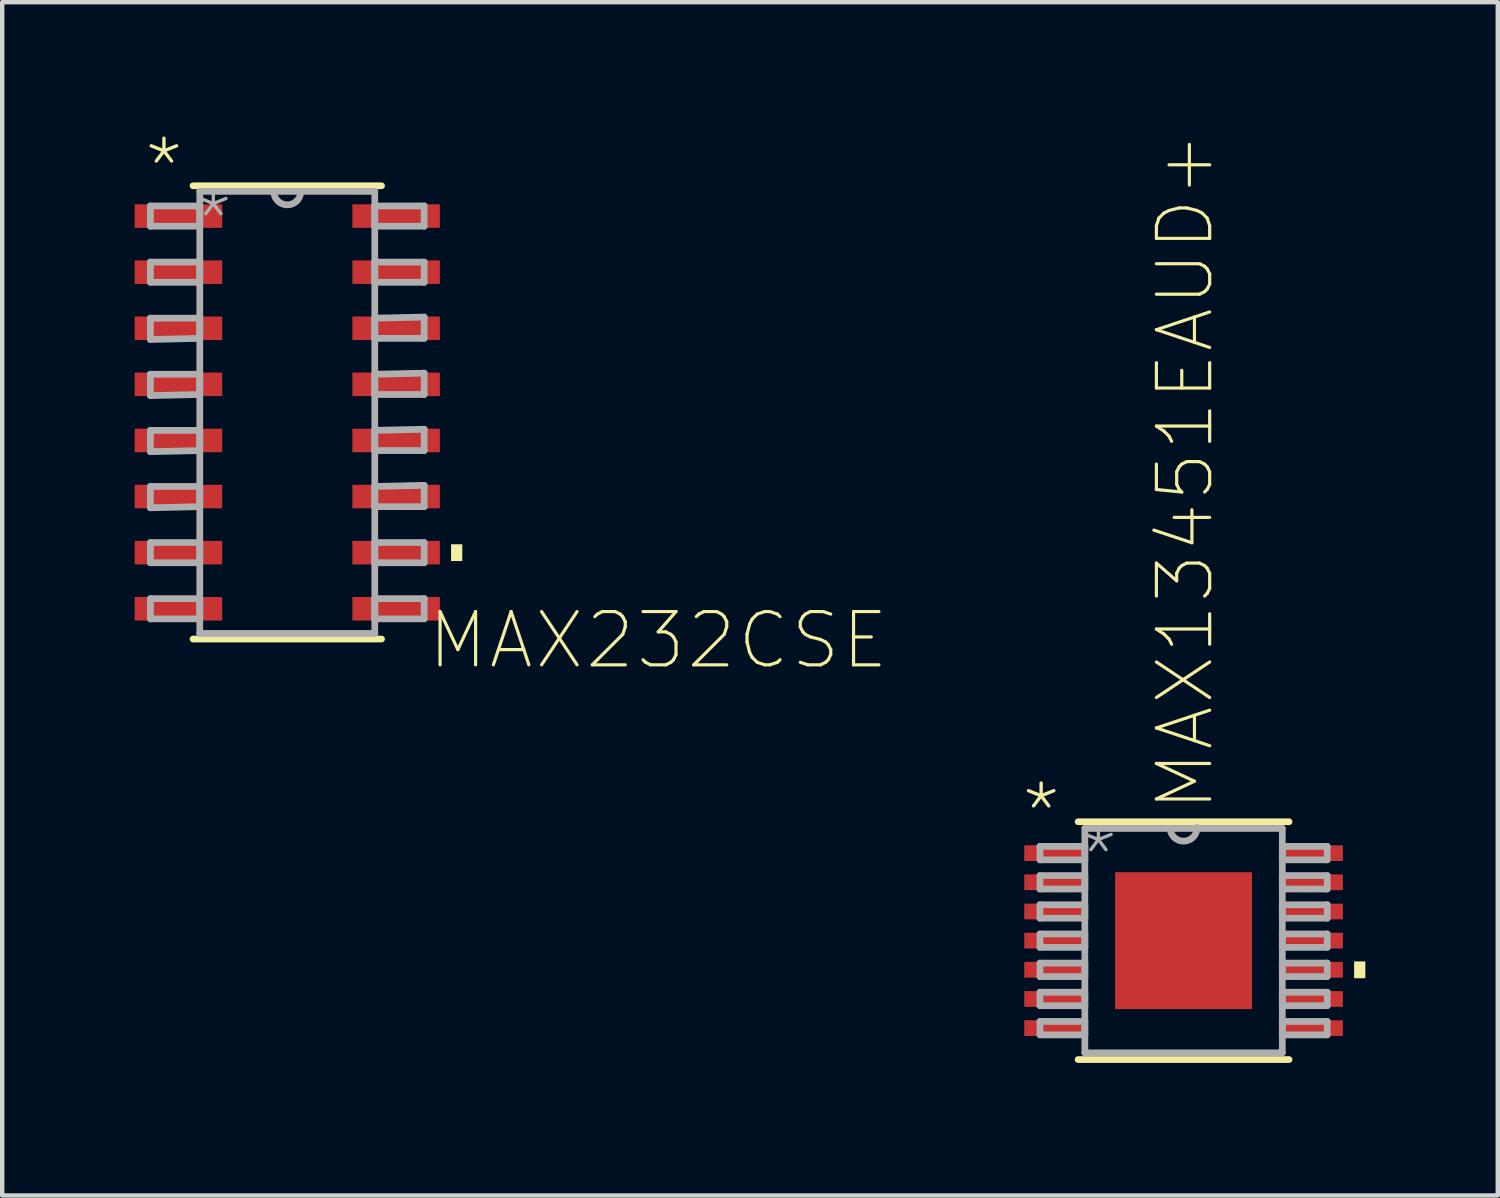
<source format=kicad_pcb>
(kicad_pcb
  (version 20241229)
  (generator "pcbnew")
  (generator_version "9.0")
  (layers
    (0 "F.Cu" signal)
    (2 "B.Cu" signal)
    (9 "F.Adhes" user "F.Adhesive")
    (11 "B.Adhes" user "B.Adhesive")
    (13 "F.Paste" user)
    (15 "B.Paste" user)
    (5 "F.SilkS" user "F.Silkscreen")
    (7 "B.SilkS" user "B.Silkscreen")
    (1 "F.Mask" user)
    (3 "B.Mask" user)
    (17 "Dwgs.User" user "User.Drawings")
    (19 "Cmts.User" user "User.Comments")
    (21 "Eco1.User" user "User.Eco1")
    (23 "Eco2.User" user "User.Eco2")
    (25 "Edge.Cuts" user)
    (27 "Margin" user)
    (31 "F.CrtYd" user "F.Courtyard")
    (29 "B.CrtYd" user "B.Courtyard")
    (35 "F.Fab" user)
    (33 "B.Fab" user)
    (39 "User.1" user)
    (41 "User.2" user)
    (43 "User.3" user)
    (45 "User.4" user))
  (footprint "MAX232CSE"
    (layer "F.Cu")
    (at 3.454 6.287)
    (property "Reference" "MAX232CSE" (at 3.125 5.866 0) (layer "F.SilkS") (effects (font (size 1.206 1.206) (thickness 0.072)) (justify left bottom)))
    (attr through_hole)
    (fp_line (start -2.134 5.131) (end 2.134 5.131) (stroke (width 0.152) (type solid)) (layer "F.SilkS"))
    (fp_line (start 2.134 -5.131) (end -2.134 -5.131) (stroke (width 0.152) (type solid)) (layer "F.SilkS"))
    (fp_poly (pts (xy 3.962 2.985) (xy 3.962 3.365) (xy 3.708 3.365) (xy 3.708 2.985)) (stroke (width 0) (type solid)) (fill yes) (layer "F.SilkS"))
    (fp_line (start -3.099 -4.674) (end -3.099 -4.216) (stroke (width 0.152) (type solid)) (layer "F.Fab"))
    (fp_line (start -3.099 -4.216) (end -1.981 -4.216) (stroke (width 0.152) (type solid)) (layer "F.Fab"))
    (fp_line (start -3.099 -3.404) (end -3.099 -2.946) (stroke (width 0.152) (type solid)) (layer "F.Fab"))
    (fp_line (start -3.099 -2.946) (end -1.981 -2.946) (stroke (width 0.152) (type solid)) (layer "F.Fab"))
    (fp_line (start -3.099 -2.134) (end -3.099 -1.651) (stroke (width 0.152) (type solid)) (layer "F.Fab"))
    (fp_line (start -3.099 -1.651) (end -1.981 -1.676) (stroke (width 0.152) (type solid)) (layer "F.Fab"))
    (fp_line (start -3.099 -0.864) (end -3.099 -0.381) (stroke (width 0.152) (type solid)) (layer "F.Fab"))
    (fp_line (start -3.099 -0.381) (end -1.981 -0.406) (stroke (width 0.152) (type solid)) (layer "F.Fab"))
    (fp_line (start -3.099 0.406) (end -3.099 0.889) (stroke (width 0.152) (type solid)) (layer "F.Fab"))
    (fp_line (start -3.099 0.889) (end -1.981 0.864) (stroke (width 0.152) (type solid)) (layer "F.Fab"))
    (fp_line (start -3.099 1.676) (end -3.099 2.159) (stroke (width 0.152) (type solid)) (layer "F.Fab"))
    (fp_line (start -3.099 2.159) (end -1.981 2.134) (stroke (width 0.152) (type solid)) (layer "F.Fab"))
    (fp_line (start -3.099 2.946) (end -3.099 3.404) (stroke (width 0.152) (type solid)) (layer "F.Fab"))
    (fp_line (start -3.099 3.404) (end -1.981 3.404) (stroke (width 0.152) (type solid)) (layer "F.Fab"))
    (fp_line (start -3.099 4.216) (end -3.099 4.674) (stroke (width 0.152) (type solid)) (layer "F.Fab"))
    (fp_line (start -3.099 4.674) (end -1.981 4.674) (stroke (width 0.152) (type solid)) (layer "F.Fab"))
    (fp_line (start -1.981 -5.004) (end -1.981 5.004) (stroke (width 0.152) (type solid)) (layer "F.Fab"))
    (fp_line (start -1.981 -4.674) (end -3.099 -4.674) (stroke (width 0.152) (type solid)) (layer "F.Fab"))
    (fp_line (start -1.981 -4.216) (end -1.981 -4.674) (stroke (width 0.152) (type solid)) (layer "F.Fab"))
    (fp_line (start -1.981 -3.404) (end -3.099 -3.404) (stroke (width 0.152) (type solid)) (layer "F.Fab"))
    (fp_line (start -1.981 -2.946) (end -1.981 -3.404) (stroke (width 0.152) (type solid)) (layer "F.Fab"))
    (fp_line (start -1.981 -2.134) (end -3.099 -2.134) (stroke (width 0.152) (type solid)) (layer "F.Fab"))
    (fp_line (start -1.981 -1.676) (end -1.981 -2.134) (stroke (width 0.152) (type solid)) (layer "F.Fab"))
    (fp_line (start -1.981 -0.864) (end -3.099 -0.864) (stroke (width 0.152) (type solid)) (layer "F.Fab"))
    (fp_line (start -1.981 -0.406) (end -1.981 -0.864) (stroke (width 0.152) (type solid)) (layer "F.Fab"))
    (fp_line (start -1.981 0.406) (end -3.099 0.406) (stroke (width 0.152) (type solid)) (layer "F.Fab"))
    (fp_line (start -1.981 0.864) (end -1.981 0.406) (stroke (width 0.152) (type solid)) (layer "F.Fab"))
    (fp_line (start -1.981 1.676) (end -3.099 1.676) (stroke (width 0.152) (type solid)) (layer "F.Fab"))
    (fp_line (start -1.981 2.134) (end -1.981 1.676) (stroke (width 0.152) (type solid)) (layer "F.Fab"))
    (fp_line (start -1.981 2.946) (end -3.099 2.946) (stroke (width 0.152) (type solid)) (layer "F.Fab"))
    (fp_line (start -1.981 3.404) (end -1.981 2.946) (stroke (width 0.152) (type solid)) (layer "F.Fab"))
    (fp_line (start -1.981 4.216) (end -3.099 4.216) (stroke (width 0.152) (type solid)) (layer "F.Fab"))
    (fp_line (start -1.981 4.674) (end -1.981 4.216) (stroke (width 0.152) (type solid)) (layer "F.Fab"))
    (fp_line (start -1.981 5.004) (end 1.981 5.004) (stroke (width 0.152) (type solid)) (layer "F.Fab"))
    (fp_line (start -0.305 -5.004) (end -1.981 -5.004) (stroke (width 0.152) (type solid)) (layer "F.Fab"))
    (fp_line (start 0.305 -5.004) (end -0.305 -5.004) (stroke (width 0.152) (type solid)) (layer "F.Fab"))
    (fp_line (start 1.981 -5.004) (end 0.305 -5.004) (stroke (width 0.152) (type solid)) (layer "F.Fab"))
    (fp_line (start 1.981 -4.674) (end 1.981 -4.216) (stroke (width 0.152) (type solid)) (layer "F.Fab"))
    (fp_line (start 1.981 -4.216) (end 3.099 -4.216) (stroke (width 0.152) (type solid)) (layer "F.Fab"))
    (fp_line (start 1.981 -3.404) (end 1.981 -2.946) (stroke (width 0.152) (type solid)) (layer "F.Fab"))
    (fp_line (start 1.981 -2.946) (end 3.099 -2.946) (stroke (width 0.152) (type solid)) (layer "F.Fab"))
    (fp_line (start 1.981 -2.134) (end 1.981 -1.676) (stroke (width 0.152) (type solid)) (layer "F.Fab"))
    (fp_line (start 1.981 -1.676) (end 3.099 -1.676) (stroke (width 0.152) (type solid)) (layer "F.Fab"))
    (fp_line (start 1.981 -0.864) (end 1.981 -0.406) (stroke (width 0.152) (type solid)) (layer "F.Fab"))
    (fp_line (start 1.981 -0.406) (end 3.099 -0.406) (stroke (width 0.152) (type solid)) (layer "F.Fab"))
    (fp_line (start 1.981 0.406) (end 1.981 0.864) (stroke (width 0.152) (type solid)) (layer "F.Fab"))
    (fp_line (start 1.981 0.864) (end 3.099 0.864) (stroke (width 0.152) (type solid)) (layer "F.Fab"))
    (fp_line (start 1.981 1.676) (end 1.981 2.134) (stroke (width 0.152) (type solid)) (layer "F.Fab"))
    (fp_line (start 1.981 2.134) (end 3.099 2.134) (stroke (width 0.152) (type solid)) (layer "F.Fab"))
    (fp_line (start 1.981 2.946) (end 1.981 3.404) (stroke (width 0.152) (type solid)) (layer "F.Fab"))
    (fp_line (start 1.981 3.404) (end 3.099 3.404) (stroke (width 0.152) (type solid)) (layer "F.Fab"))
    (fp_line (start 1.981 4.216) (end 1.981 4.674) (stroke (width 0.152) (type solid)) (layer "F.Fab"))
    (fp_line (start 1.981 4.674) (end 3.099 4.674) (stroke (width 0.152) (type solid)) (layer "F.Fab"))
    (fp_line (start 1.981 5.004) (end 1.981 -5.004) (stroke (width 0.152) (type solid)) (layer "F.Fab"))
    (fp_line (start 3.099 -4.674) (end 1.981 -4.674) (stroke (width 0.152) (type solid)) (layer "F.Fab"))
    (fp_line (start 3.099 -4.216) (end 3.099 -4.674) (stroke (width 0.152) (type solid)) (layer "F.Fab"))
    (fp_line (start 3.099 -3.404) (end 1.981 -3.404) (stroke (width 0.152) (type solid)) (layer "F.Fab"))
    (fp_line (start 3.099 -2.946) (end 3.099 -3.404) (stroke (width 0.152) (type solid)) (layer "F.Fab"))
    (fp_line (start 3.099 -2.159) (end 1.981 -2.134) (stroke (width 0.152) (type solid)) (layer "F.Fab"))
    (fp_line (start 3.099 -1.676) (end 3.099 -2.159) (stroke (width 0.152) (type solid)) (layer "F.Fab"))
    (fp_line (start 3.099 -0.889) (end 1.981 -0.864) (stroke (width 0.152) (type solid)) (layer "F.Fab"))
    (fp_line (start 3.099 -0.406) (end 3.099 -0.889) (stroke (width 0.152) (type solid)) (layer "F.Fab"))
    (fp_line (start 3.099 0.381) (end 1.981 0.406) (stroke (width 0.152) (type solid)) (layer "F.Fab"))
    (fp_line (start 3.099 0.864) (end 3.099 0.381) (stroke (width 0.152) (type solid)) (layer "F.Fab"))
    (fp_line (start 3.099 1.651) (end 1.981 1.676) (stroke (width 0.152) (type solid)) (layer "F.Fab"))
    (fp_line (start 3.099 2.134) (end 3.099 1.651) (stroke (width 0.152) (type solid)) (layer "F.Fab"))
    (fp_line (start 3.099 2.946) (end 1.981 2.946) (stroke (width 0.152) (type solid)) (layer "F.Fab"))
    (fp_line (start 3.099 3.404) (end 3.099 2.946) (stroke (width 0.152) (type solid)) (layer "F.Fab"))
    (fp_line (start 3.099 4.216) (end 1.981 4.216) (stroke (width 0.152) (type solid)) (layer "F.Fab"))
    (fp_line (start 3.099 4.674) (end 3.099 4.216) (stroke (width 0.152) (type solid)) (layer "F.Fab"))
    (fp_arc (start 0.3048 -5.0038) (mid 0 -4.699) (end -0.3048 -5.0038) (stroke (width 0.1524) (type solid)) (layer "F.Fab"))
    (fp_text user "*" (at -3.302 -4.851 0) (layer "F.SilkS") (effects (font (size 1.206 1.206) (thickness 0.076)) (justify left bottom)))
    (fp_text user "*" (at -2.184 -3.658 0) (layer "F.Fab") (effects (font (size 1.206 1.206) (thickness 0.076)) (justify left bottom)))
    (pad "1" smd rect (at -2.464 -4.445) (size 1.981 0.533) (layers "F.Cu" "F.Mask" "F.Paste"))
    (pad "2" smd rect (at -2.464 -3.175) (size 1.981 0.533) (layers "F.Cu" "F.Mask" "F.Paste"))
    (pad "3" smd rect (at -2.464 -1.905) (size 1.981 0.533) (layers "F.Cu" "F.Mask" "F.Paste"))
    (pad "4" smd rect (at -2.464 -0.635) (size 1.981 0.533) (layers "F.Cu" "F.Mask" "F.Paste"))
    (pad "5" smd rect (at -2.464 0.635) (size 1.981 0.533) (layers "F.Cu" "F.Mask" "F.Paste"))
    (pad "6" smd rect (at -2.464 1.905) (size 1.981 0.533) (layers "F.Cu" "F.Mask" "F.Paste"))
    (pad "7" smd rect (at -2.464 3.175) (size 1.981 0.533) (layers "F.Cu" "F.Mask" "F.Paste"))
    (pad "8" smd rect (at -2.464 4.445) (size 1.981 0.533) (layers "F.Cu" "F.Mask" "F.Paste"))
    (pad "9" smd rect (at 2.464 4.445) (size 1.981 0.533) (layers "F.Cu" "F.Mask" "F.Paste"))
    (pad "10" smd rect (at 2.464 3.175) (size 1.981 0.533) (layers "F.Cu" "F.Mask" "F.Paste"))
    (pad "11" smd rect (at 2.464 1.905) (size 1.981 0.533) (layers "F.Cu" "F.Mask" "F.Paste"))
    (pad "12" smd rect (at 2.464 0.635) (size 1.981 0.533) (layers "F.Cu" "F.Mask" "F.Paste"))
    (pad "13" smd rect (at 2.464 -0.635) (size 1.981 0.533) (layers "F.Cu" "F.Mask" "F.Paste"))
    (pad "14" smd rect (at 2.464 -1.905) (size 1.981 0.533) (layers "F.Cu" "F.Mask" "F.Paste"))
    (pad "15" smd rect (at 2.464 -3.175) (size 1.981 0.533) (layers "F.Cu" "F.Mask" "F.Paste"))
    (pad "16" smd rect (at 2.464 -4.445) (size 1.981 0.533) (layers "F.Cu" "F.Mask" "F.Paste")))
  (footprint "MAX13451EAUD+"
    (layer "F.Cu")
    (at 23.746 18.246)
    (property "Reference" "MAX13451EAUD+" (at 0.742 -2.873 90) (layer "F.SilkS") (effects (font (size 1.206 1.206) (thickness 0.072)) (justify left bottom)))
    (attr through_hole)
    (fp_line (start -2.388 2.692) (end 2.388 2.692) (stroke (width 0.152) (type solid)) (layer "F.SilkS"))
    (fp_line (start 2.388 -2.692) (end -2.388 -2.692) (stroke (width 0.152) (type solid)) (layer "F.SilkS"))
    (fp_poly (pts (xy 4.115 0.47) (xy 4.115 0.851) (xy 3.861 0.851) (xy 3.861 0.47)) (stroke (width 0) (type solid)) (fill yes) (layer "F.SilkS"))
    (fp_poly (pts (xy -1.449 -1.449) (xy -1.449 -0.1) (xy -0.1 -0.1) (xy -0.1 -1.449)) (stroke (width 0) (type solid)) (fill yes) (layer "F.Paste"))
    (fp_poly (pts (xy -1.449 0.1) (xy -1.449 1.449) (xy -0.1 1.449) (xy -0.1 0.1)) (stroke (width 0) (type solid)) (fill yes) (layer "F.Paste"))
    (fp_poly (pts (xy 0.1 -1.449) (xy 0.1 -0.1) (xy 1.449 -0.1) (xy 1.449 -1.449)) (stroke (width 0) (type solid)) (fill yes) (layer "F.Paste"))
    (fp_poly (pts (xy 0.1 0.1) (xy 0.1 1.449) (xy 1.449 1.449) (xy 1.449 0.1)) (stroke (width 0) (type solid)) (fill yes) (layer "F.Paste"))
    (fp_line (start -3.251 -2.134) (end -3.251 -1.829) (stroke (width 0.152) (type solid)) (layer "F.Fab"))
    (fp_line (start -3.251 -1.829) (end -2.235 -1.829) (stroke (width 0.152) (type solid)) (layer "F.Fab"))
    (fp_line (start -3.251 -1.473) (end -3.251 -1.168) (stroke (width 0.152) (type solid)) (layer "F.Fab"))
    (fp_line (start -3.251 -1.168) (end -2.235 -1.168) (stroke (width 0.152) (type solid)) (layer "F.Fab"))
    (fp_line (start -3.251 -0.813) (end -3.251 -0.508) (stroke (width 0.152) (type solid)) (layer "F.Fab"))
    (fp_line (start -3.251 -0.508) (end -2.235 -0.508) (stroke (width 0.152) (type solid)) (layer "F.Fab"))
    (fp_line (start -3.251 -0.152) (end -3.251 0.152) (stroke (width 0.152) (type solid)) (layer "F.Fab"))
    (fp_line (start -3.251 0.152) (end -2.235 0.152) (stroke (width 0.152) (type solid)) (layer "F.Fab"))
    (fp_line (start -3.251 0.508) (end -3.251 0.813) (stroke (width 0.152) (type solid)) (layer "F.Fab"))
    (fp_line (start -3.251 0.813) (end -2.235 0.813) (stroke (width 0.152) (type solid)) (layer "F.Fab"))
    (fp_line (start -3.251 1.168) (end -3.251 1.473) (stroke (width 0.152) (type solid)) (layer "F.Fab"))
    (fp_line (start -3.251 1.473) (end -2.235 1.473) (stroke (width 0.152) (type solid)) (layer "F.Fab"))
    (fp_line (start -3.251 1.829) (end -3.251 2.134) (stroke (width 0.152) (type solid)) (layer "F.Fab"))
    (fp_line (start -3.251 2.134) (end -2.235 2.134) (stroke (width 0.152) (type solid)) (layer "F.Fab"))
    (fp_line (start -2.235 -2.54) (end -2.235 2.54) (stroke (width 0.152) (type solid)) (layer "F.Fab"))
    (fp_line (start -2.235 -2.134) (end -3.251 -2.134) (stroke (width 0.152) (type solid)) (layer "F.Fab"))
    (fp_line (start -2.235 -1.829) (end -2.235 -2.134) (stroke (width 0.152) (type solid)) (layer "F.Fab"))
    (fp_line (start -2.235 -1.473) (end -3.251 -1.473) (stroke (width 0.152) (type solid)) (layer "F.Fab"))
    (fp_line (start -2.235 -1.168) (end -2.235 -1.473) (stroke (width 0.152) (type solid)) (layer "F.Fab"))
    (fp_line (start -2.235 -0.813) (end -3.251 -0.813) (stroke (width 0.152) (type solid)) (layer "F.Fab"))
    (fp_line (start -2.235 -0.508) (end -2.235 -0.813) (stroke (width 0.152) (type solid)) (layer "F.Fab"))
    (fp_line (start -2.235 -0.152) (end -3.251 -0.152) (stroke (width 0.152) (type solid)) (layer "F.Fab"))
    (fp_line (start -2.235 0.152) (end -2.235 -0.152) (stroke (width 0.152) (type solid)) (layer "F.Fab"))
    (fp_line (start -2.235 0.508) (end -3.251 0.508) (stroke (width 0.152) (type solid)) (layer "F.Fab"))
    (fp_line (start -2.235 0.813) (end -2.235 0.508) (stroke (width 0.152) (type solid)) (layer "F.Fab"))
    (fp_line (start -2.235 1.168) (end -3.251 1.168) (stroke (width 0.152) (type solid)) (layer "F.Fab"))
    (fp_line (start -2.235 1.473) (end -2.235 1.168) (stroke (width 0.152) (type solid)) (layer "F.Fab"))
    (fp_line (start -2.235 1.829) (end -3.251 1.829) (stroke (width 0.152) (type solid)) (layer "F.Fab"))
    (fp_line (start -2.235 2.134) (end -2.235 1.829) (stroke (width 0.152) (type solid)) (layer "F.Fab"))
    (fp_line (start -2.235 2.54) (end 2.235 2.54) (stroke (width 0.152) (type solid)) (layer "F.Fab"))
    (fp_line (start -0.305 -2.54) (end -2.235 -2.54) (stroke (width 0.152) (type solid)) (layer "F.Fab"))
    (fp_line (start 2.235 -2.54) (end -0.305 -2.54) (stroke (width 0.152) (type solid)) (layer "F.Fab"))
    (fp_line (start 2.235 -2.134) (end 2.235 -1.829) (stroke (width 0.152) (type solid)) (layer "F.Fab"))
    (fp_line (start 2.235 -1.829) (end 3.251 -1.829) (stroke (width 0.152) (type solid)) (layer "F.Fab"))
    (fp_line (start 2.235 -1.473) (end 2.235 -1.168) (stroke (width 0.152) (type solid)) (layer "F.Fab"))
    (fp_line (start 2.235 -1.168) (end 3.251 -1.168) (stroke (width 0.152) (type solid)) (layer "F.Fab"))
    (fp_line (start 2.235 -0.813) (end 2.235 -0.508) (stroke (width 0.152) (type solid)) (layer "F.Fab"))
    (fp_line (start 2.235 -0.508) (end 3.251 -0.508) (stroke (width 0.152) (type solid)) (layer "F.Fab"))
    (fp_line (start 2.235 -0.152) (end 2.235 0.152) (stroke (width 0.152) (type solid)) (layer "F.Fab"))
    (fp_line (start 2.235 0.152) (end 3.251 0.152) (stroke (width 0.152) (type solid)) (layer "F.Fab"))
    (fp_line (start 2.235 0.508) (end 2.235 0.813) (stroke (width 0.152) (type solid)) (layer "F.Fab"))
    (fp_line (start 2.235 0.813) (end 3.251 0.813) (stroke (width 0.152) (type solid)) (layer "F.Fab"))
    (fp_line (start 2.235 1.168) (end 2.235 1.473) (stroke (width 0.152) (type solid)) (layer "F.Fab"))
    (fp_line (start 2.235 1.473) (end 3.251 1.473) (stroke (width 0.152) (type solid)) (layer "F.Fab"))
    (fp_line (start 2.235 1.829) (end 2.235 2.134) (stroke (width 0.152) (type solid)) (layer "F.Fab"))
    (fp_line (start 2.235 2.134) (end 3.251 2.134) (stroke (width 0.152) (type solid)) (layer "F.Fab"))
    (fp_line (start 2.235 2.54) (end 2.235 -2.54) (stroke (width 0.152) (type solid)) (layer "F.Fab"))
    (fp_line (start 3.251 -2.134) (end 2.235 -2.134) (stroke (width 0.152) (type solid)) (layer "F.Fab"))
    (fp_line (start 3.251 -1.829) (end 3.251 -2.134) (stroke (width 0.152) (type solid)) (layer "F.Fab"))
    (fp_line (start 3.251 -1.473) (end 2.235 -1.473) (stroke (width 0.152) (type solid)) (layer "F.Fab"))
    (fp_line (start 3.251 -1.168) (end 3.251 -1.473) (stroke (width 0.152) (type solid)) (layer "F.Fab"))
    (fp_line (start 3.251 -0.813) (end 2.235 -0.813) (stroke (width 0.152) (type solid)) (layer "F.Fab"))
    (fp_line (start 3.251 -0.508) (end 3.251 -0.813) (stroke (width 0.152) (type solid)) (layer "F.Fab"))
    (fp_line (start 3.251 -0.152) (end 2.235 -0.152) (stroke (width 0.152) (type solid)) (layer "F.Fab"))
    (fp_line (start 3.251 0.152) (end 3.251 -0.152) (stroke (width 0.152) (type solid)) (layer "F.Fab"))
    (fp_line (start 3.251 0.508) (end 2.235 0.508) (stroke (width 0.152) (type solid)) (layer "F.Fab"))
    (fp_line (start 3.251 0.813) (end 3.251 0.508) (stroke (width 0.152) (type solid)) (layer "F.Fab"))
    (fp_line (start 3.251 1.168) (end 2.235 1.168) (stroke (width 0.152) (type solid)) (layer "F.Fab"))
    (fp_line (start 3.251 1.473) (end 3.251 1.168) (stroke (width 0.152) (type solid)) (layer "F.Fab"))
    (fp_line (start 3.251 1.829) (end 2.235 1.829) (stroke (width 0.152) (type solid)) (layer "F.Fab"))
    (fp_line (start 3.251 2.134) (end 3.251 1.829) (stroke (width 0.152) (type solid)) (layer "F.Fab"))
    (fp_arc (start 0.3048 -2.5654) (mid 0.0127 -2.2479) (end -0.3048 -2.54) (stroke (width 0.1524) (type solid)) (layer "F.Fab"))
    (fp_text user "*" (at -3.734 -2.21 0) (layer "F.SilkS") (effects (font (size 1.206 1.206) (thickness 0.076)) (justify left bottom)))
    (fp_text user "*" (at -2.438 -1.219 0) (layer "F.Fab") (effects (font (size 1.206 1.206) (thickness 0.076)) (justify left bottom)))
    (pad "1" smd rect (at -2.896 -1.981) (size 1.422 0.356) (layers "F.Cu" "F.Mask" "F.Paste"))
    (pad "2" smd rect (at -2.896 -1.321) (size 1.422 0.356) (layers "F.Cu" "F.Mask" "F.Paste"))
    (pad "3" smd rect (at -2.896 -0.66) (size 1.422 0.356) (layers "F.Cu" "F.Mask" "F.Paste"))
    (pad "4" smd rect (at -2.896 0) (size 1.422 0.356) (layers "F.Cu" "F.Mask" "F.Paste"))
    (pad "5" smd rect (at -2.896 0.66) (size 1.422 0.356) (layers "F.Cu" "F.Mask" "F.Paste"))
    (pad "6" smd rect (at -2.896 1.321) (size 1.422 0.356) (layers "F.Cu" "F.Mask" "F.Paste"))
    (pad "7" smd rect (at -2.896 1.981) (size 1.422 0.356) (layers "F.Cu" "F.Mask" "F.Paste"))
    (pad "8" smd rect (at 2.896 1.981) (size 1.422 0.356) (layers "F.Cu" "F.Mask" "F.Paste"))
    (pad "9" smd rect (at 2.896 1.321) (size 1.422 0.356) (layers "F.Cu" "F.Mask" "F.Paste"))
    (pad "10" smd rect (at 2.896 0.66) (size 1.422 0.356) (layers "F.Cu" "F.Mask" "F.Paste"))
    (pad "11" smd rect (at 2.896 0) (size 1.422 0.356) (layers "F.Cu" "F.Mask" "F.Paste"))
    (pad "12" smd rect (at 2.896 -0.66) (size 1.422 0.356) (layers "F.Cu" "F.Mask" "F.Paste"))
    (pad "13" smd rect (at 2.896 -1.321) (size 1.422 0.356) (layers "F.Cu" "F.Mask" "F.Paste"))
    (pad "14" smd rect (at 2.896 -1.981) (size 1.422 0.356) (layers "F.Cu" "F.Mask" "F.Paste"))
    (pad "15" smd rect (at 0 0) (size 3.099 3.099) (layers "F.Cu" "F.Mask")))
  (gr_rect
    (start -3 -3)
    (end 30.86 24.015)
    (stroke (width 0.1) (type default))
    (fill no)
    (layer "Edge.Cuts")))
</source>
